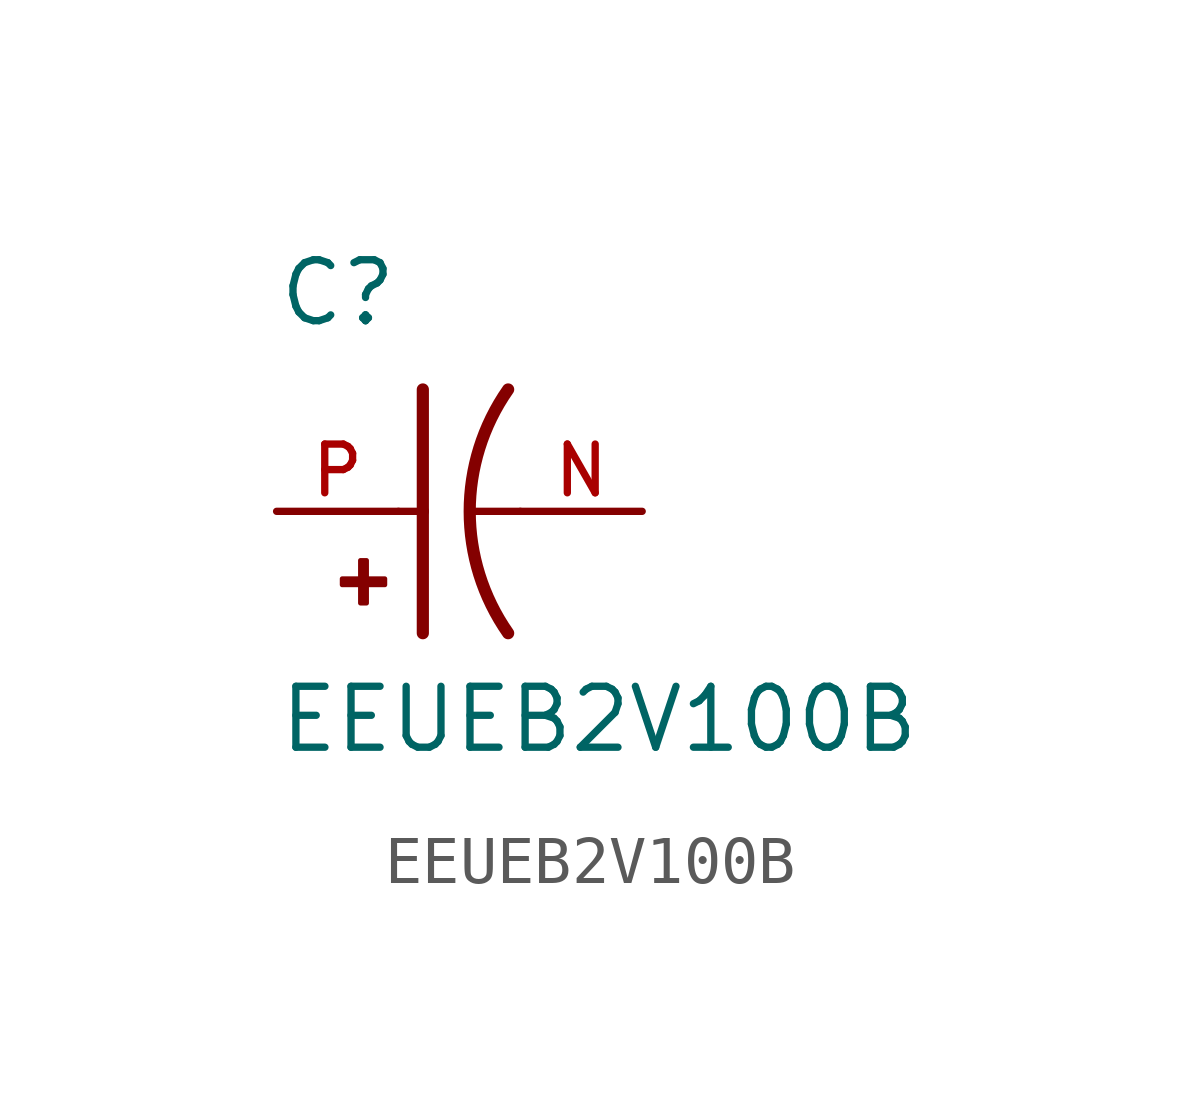
<source format=kicad_sym>
(kicad_symbol_lib
  (version 20211014)
  (generator kicad_symbol_editor)
  (symbol "EEUEB2V100B"
    (pin_names
      (offset 1.016))
    (property "Reference" "C"
      (at -2.54 3.81 0)
      (effects (font (size 1.27 1.27)) (justify bottom left)))
    (property "Value" "EEUEB2V100B"
      (at -2.54 -5.08 0)
      (effects (font (size 1.27 1.27)) (justify bottom left)))
    (symbol "EEUEB2V100B_0_0"
      (arc (start 2.286 -2.54) (mid 1.4851 -0.0) (end 2.286 2.54) (stroke (width 0.254) (type default) (color 0 0 0 0)) (fill (type none)))
      (polyline (pts (xy 0.508 2.54) (xy 0.508 0.0)) (stroke (width 0.254)))
      (rectangle (start -1.173 -1.532) (end -0.284 -1.405) (stroke (width 0.1)) (fill (type outline)))
      (rectangle (start -0.792 -1.913) (end -0.665 -1.024) (stroke (width 0.1)) (fill (type outline)))
      (polyline (pts (xy 0.508 0.0) (xy 0.508 -2.54)) (stroke (width 0.254)))
      (polyline (pts (xy 0.0 0.0) (xy 0.508 0.0)) (stroke (width 0.152)))
      (polyline (pts (xy 2.54 0.0) (xy 1.524 0.0)) (stroke (width 0.152)))
      (pin passive line (at -2.54 0.0 0) (length 2.54) (name "~" (effects (font (size 1.016 1.016)))) (number "P" (effects (font (size 1.016 1.016)))))
      (pin passive line (at 5.08 0.0 180.0) (length 2.54) (name "~" (effects (font (size 1.016 1.016)))) (number "N" (effects (font (size 1.016 1.016))))))))
</source>
